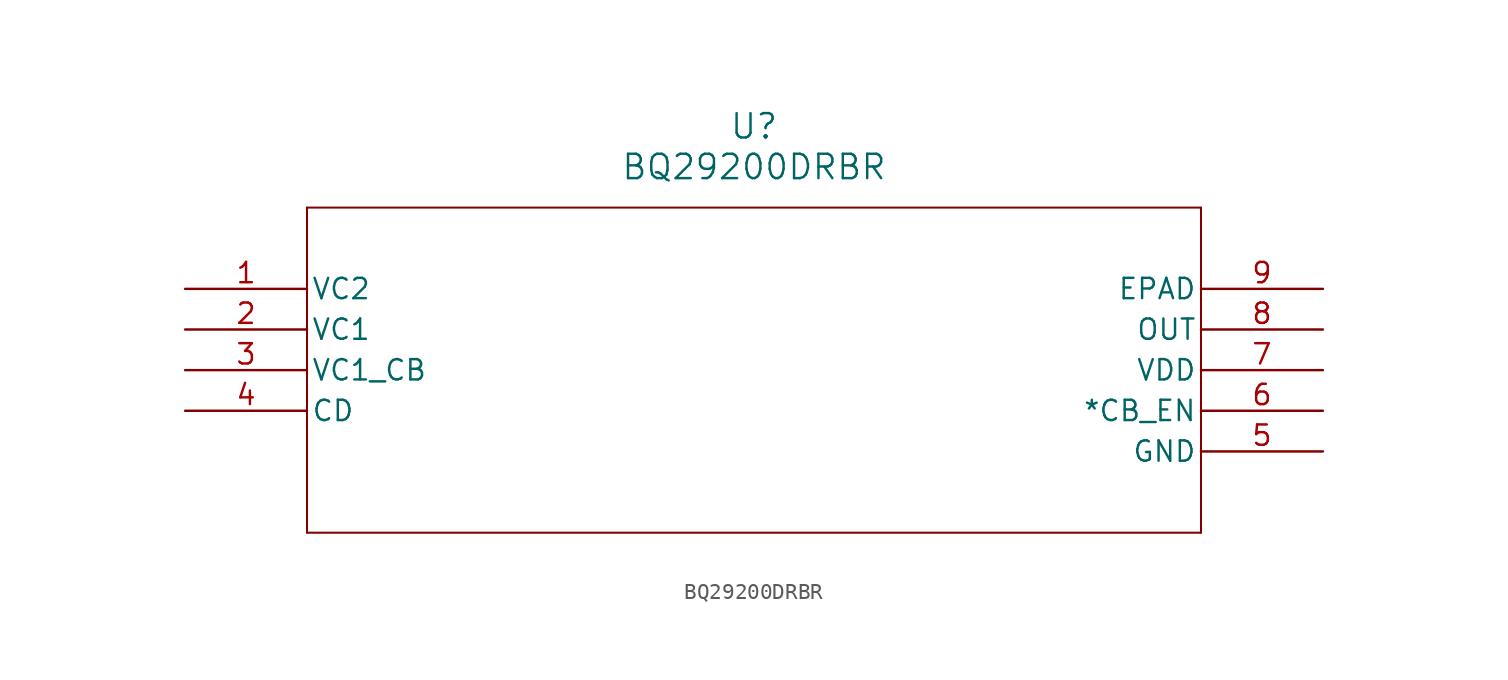
<source format=kicad_sym>
(kicad_symbol_lib
  (version 20211014)
  (generator kicad_symbol_editor)
  (symbol "BQ29200DRBR"
    (pin_names
      (offset 0.254))
    (property "Reference" "U"
      (at 35.56 10.16 0)
      (effects (font (size 1.524 1.524))))
    (property "Value" "BQ29200DRBR"
      (at 35.56 7.62 0)
      (effects (font (size 1.524 1.524))))
    (symbol "BQ29200DRBR_0_1"
      (polyline (pts (xy 7.62 5.08) (xy 7.62 -15.24)) (stroke (width 0.127) (type default) (color 0 0 0 0)) (fill (type none)))
      (polyline (pts (xy 7.62 -15.24) (xy 63.5 -15.24)) (stroke (width 0.127) (type default) (color 0 0 0 0)) (fill (type none)))
      (polyline (pts (xy 63.5 -15.24) (xy 63.5 5.08)) (stroke (width 0.127) (type default) (color 0 0 0 0)) (fill (type none)))
      (polyline (pts (xy 63.5 5.08) (xy 7.62 5.08)) (stroke (width 0.127) (type default) (color 0 0 0 0)) (fill (type none)))
      (pin input line (at 0 0 0) (length 7.62) (name "VC2" (effects (font (size 1.27 1.27)))) (number "1" (effects (font (size 1.27 1.27)))))
      (pin input line (at 0 -2.54 0) (length 7.62) (name "VC1" (effects (font (size 1.27 1.27)))) (number "2" (effects (font (size 1.27 1.27)))))
      (pin input line (at 0 -5.08 0) (length 7.62) (name "VC1_CB" (effects (font (size 1.27 1.27)))) (number "3" (effects (font (size 1.27 1.27)))))
      (pin unspecified line (at 0 -7.62 0) (length 7.62) (name "CD" (effects (font (size 1.27 1.27)))) (number "4" (effects (font (size 1.27 1.27)))))
      (pin power_in line (at 71.12 -10.16 180) (length 7.62) (name "GND" (effects (font (size 1.27 1.27)))) (number "5" (effects (font (size 1.27 1.27)))))
      (pin unspecified line (at 71.12 -7.62 180) (length 7.62) (name "*CB_EN" (effects (font (size 1.27 1.27)))) (number "6" (effects (font (size 1.27 1.27)))))
      (pin power_in line (at 71.12 -5.08 180) (length 7.62) (name "VDD" (effects (font (size 1.27 1.27)))) (number "7" (effects (font (size 1.27 1.27)))))
      (pin output line (at 71.12 -2.54 180) (length 7.62) (name "OUT" (effects (font (size 1.27 1.27)))) (number "8" (effects (font (size 1.27 1.27)))))
      (pin power_in line (at 71.12 0 180) (length 7.62) (name "EPAD" (effects (font (size 1.27 1.27)))) (number "9" (effects (font (size 1.27 1.27))))))))
</source>
